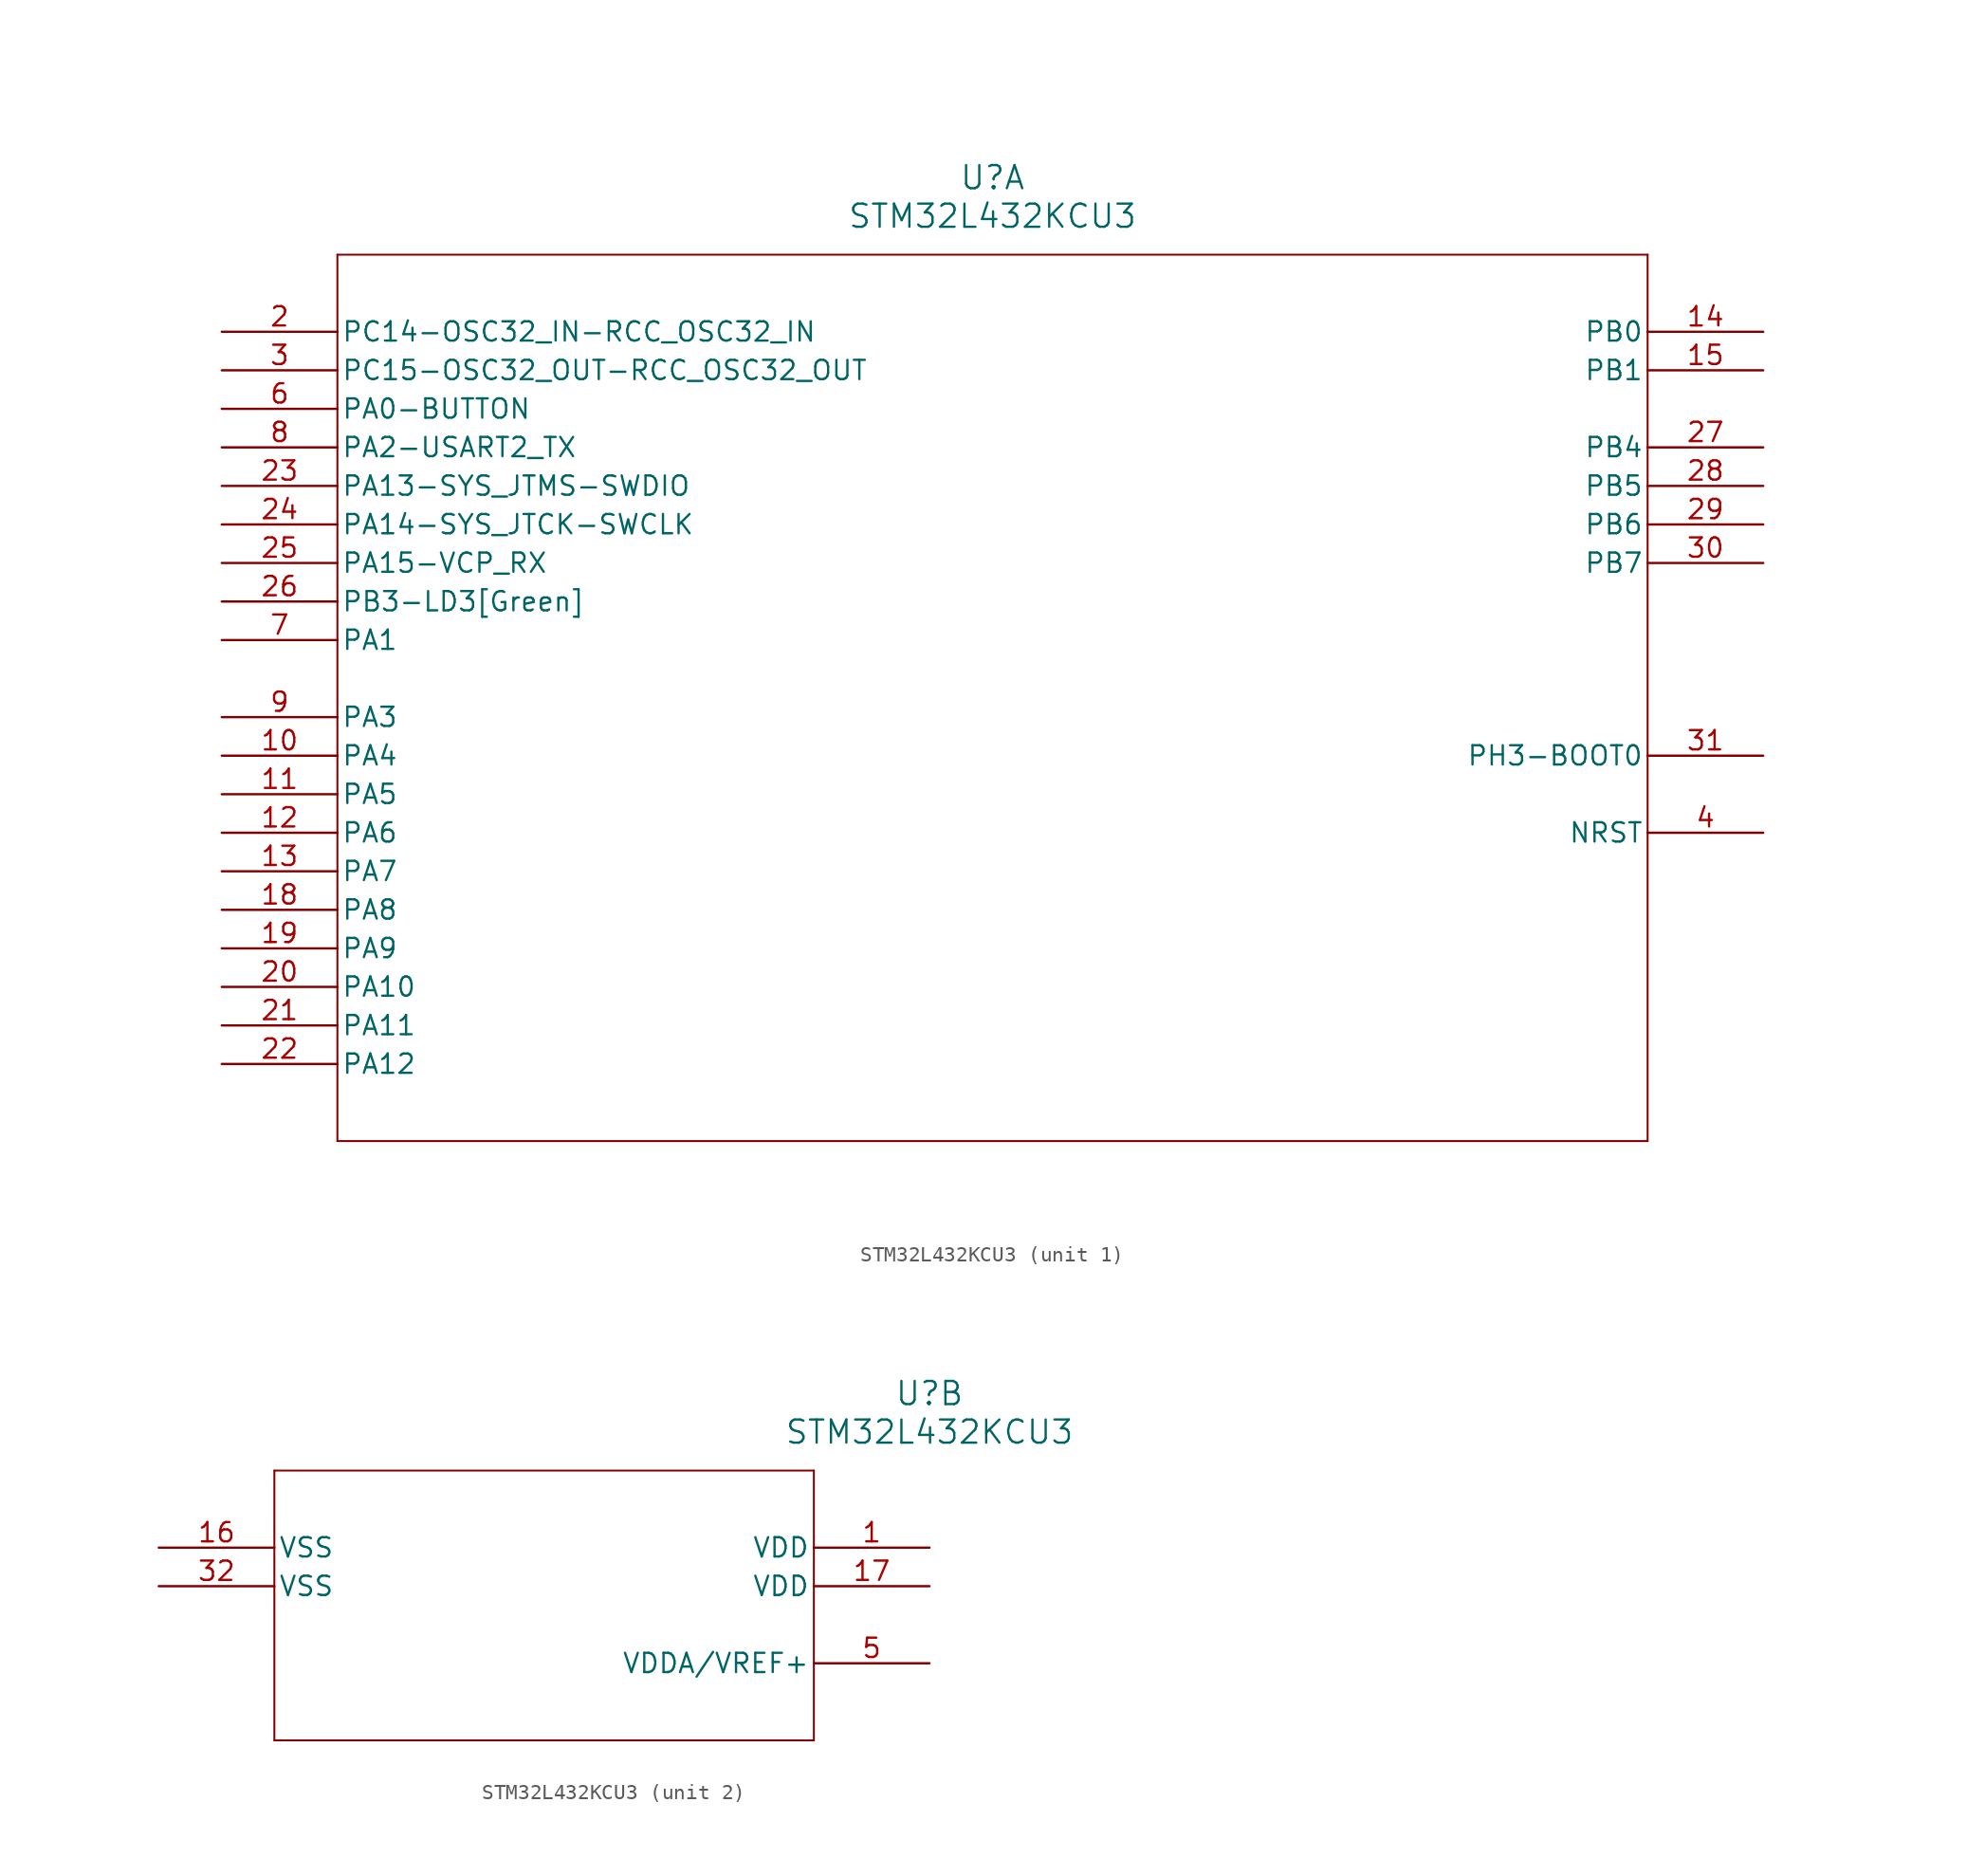
<source format=kicad_sym>
(kicad_symbol_lib
  (version 20211014)
  (generator kicad_symbol_editor)
  (symbol "STM32L432KCU3"
    (pin_names
      (offset 0.254))
    (property "Reference" "U"
      (at 50.8 10.16 0)
      (effects (font (size 1.524 1.524))))
    (property "Value" "STM32L432KCU3"
      (at 50.8 7.62 0)
      (effects (font (size 1.524 1.524))))
    (symbol "STM32L432KCU3_1_1"
      (polyline (pts (xy 7.62 5.08) (xy 7.62 -53.34)) (stroke (width 0.127) (type default) (color 0 0 0 0)) (fill (type none)))
      (polyline (pts (xy 7.62 -53.34) (xy 93.98 -53.34)) (stroke (width 0.127) (type default) (color 0 0 0 0)) (fill (type none)))
      (polyline (pts (xy 93.98 -53.34) (xy 93.98 5.08)) (stroke (width 0.127) (type default) (color 0 0 0 0)) (fill (type none)))
      (polyline (pts (xy 93.98 5.08) (xy 7.62 5.08)) (stroke (width 0.127) (type default) (color 0 0 0 0)) (fill (type none)))
      (pin unspecified line (at 0 0 0) (length 7.62) (name "PC14-OSC32_IN-RCC_OSC32_IN" (effects (font (size 1.27 1.27)))) (number "2" (effects (font (size 1.27 1.27)))))
      (pin unspecified line (at 0 -2.54 0) (length 7.62) (name "PC15-OSC32_OUT-RCC_OSC32_OUT" (effects (font (size 1.27 1.27)))) (number "3" (effects (font (size 1.27 1.27)))))
      (pin bidirectional line (at 101.6 -33.02 180) (length 7.62) (name "NRST" (effects (font (size 1.27 1.27)))) (number "4" (effects (font (size 1.27 1.27)))))
      (pin unspecified line (at 0 -5.08 0) (length 7.62) (name "PA0-BUTTON" (effects (font (size 1.27 1.27)))) (number "6" (effects (font (size 1.27 1.27)))))
      (pin bidirectional line (at 0 -20.32 0) (length 7.62) (name "PA1" (effects (font (size 1.27 1.27)))) (number "7" (effects (font (size 1.27 1.27)))))
      (pin unspecified line (at 0 -7.62 0) (length 7.62) (name "PA2-USART2_TX" (effects (font (size 1.27 1.27)))) (number "8" (effects (font (size 1.27 1.27)))))
      (pin bidirectional line (at 0 -25.4 0) (length 7.62) (name "PA3" (effects (font (size 1.27 1.27)))) (number "9" (effects (font (size 1.27 1.27)))))
      (pin bidirectional line (at 0 -27.94 0) (length 7.62) (name "PA4" (effects (font (size 1.27 1.27)))) (number "10" (effects (font (size 1.27 1.27)))))
      (pin bidirectional line (at 0 -30.48 0) (length 7.62) (name "PA5" (effects (font (size 1.27 1.27)))) (number "11" (effects (font (size 1.27 1.27)))))
      (pin bidirectional line (at 0 -33.02 0) (length 7.62) (name "PA6" (effects (font (size 1.27 1.27)))) (number "12" (effects (font (size 1.27 1.27)))))
      (pin bidirectional line (at 0 -35.56 0) (length 7.62) (name "PA7" (effects (font (size 1.27 1.27)))) (number "13" (effects (font (size 1.27 1.27)))))
      (pin bidirectional line (at 101.6 0 180) (length 7.62) (name "PB0" (effects (font (size 1.27 1.27)))) (number "14" (effects (font (size 1.27 1.27)))))
      (pin bidirectional line (at 101.6 -2.54 180) (length 7.62) (name "PB1" (effects (font (size 1.27 1.27)))) (number "15" (effects (font (size 1.27 1.27)))))
      (pin bidirectional line (at 0 -38.1 0) (length 7.62) (name "PA8" (effects (font (size 1.27 1.27)))) (number "18" (effects (font (size 1.27 1.27)))))
      (pin bidirectional line (at 0 -40.64 0) (length 7.62) (name "PA9" (effects (font (size 1.27 1.27)))) (number "19" (effects (font (size 1.27 1.27)))))
      (pin bidirectional line (at 0 -43.18 0) (length 7.62) (name "PA10" (effects (font (size 1.27 1.27)))) (number "20" (effects (font (size 1.27 1.27)))))
      (pin bidirectional line (at 0 -45.72 0) (length 7.62) (name "PA11" (effects (font (size 1.27 1.27)))) (number "21" (effects (font (size 1.27 1.27)))))
      (pin bidirectional line (at 0 -48.26 0) (length 7.62) (name "PA12" (effects (font (size 1.27 1.27)))) (number "22" (effects (font (size 1.27 1.27)))))
      (pin unspecified line (at 0 -10.16 0) (length 7.62) (name "PA13-SYS_JTMS-SWDIO" (effects (font (size 1.27 1.27)))) (number "23" (effects (font (size 1.27 1.27)))))
      (pin unspecified line (at 0 -12.7 0) (length 7.62) (name "PA14-SYS_JTCK-SWCLK" (effects (font (size 1.27 1.27)))) (number "24" (effects (font (size 1.27 1.27)))))
      (pin unspecified line (at 0 -15.24 0) (length 7.62) (name "PA15-VCP_RX" (effects (font (size 1.27 1.27)))) (number "25" (effects (font (size 1.27 1.27)))))
      (pin unspecified line (at 0 -17.78 0) (length 7.62) (name "PB3-LD3[Green]" (effects (font (size 1.27 1.27)))) (number "26" (effects (font (size 1.27 1.27)))))
      (pin bidirectional line (at 101.6 -7.62 180) (length 7.62) (name "PB4" (effects (font (size 1.27 1.27)))) (number "27" (effects (font (size 1.27 1.27)))))
      (pin bidirectional line (at 101.6 -10.16 180) (length 7.62) (name "PB5" (effects (font (size 1.27 1.27)))) (number "28" (effects (font (size 1.27 1.27)))))
      (pin bidirectional line (at 101.6 -12.7 180) (length 7.62) (name "PB6" (effects (font (size 1.27 1.27)))) (number "29" (effects (font (size 1.27 1.27)))))
      (pin bidirectional line (at 101.6 -15.24 180) (length 7.62) (name "PB7" (effects (font (size 1.27 1.27)))) (number "30" (effects (font (size 1.27 1.27)))))
      (pin bidirectional line (at 101.6 -27.94 180) (length 7.62) (name "PH3-BOOT0" (effects (font (size 1.27 1.27)))) (number "31" (effects (font (size 1.27 1.27))))))
    (symbol "STM32L432KCU3_2_1"
      (polyline (pts (xy 7.62 5.08) (xy 7.62 -12.7)) (stroke (width 0.127) (type default) (color 0 0 0 0)) (fill (type none)))
      (polyline (pts (xy 7.62 -12.7) (xy 43.18 -12.7)) (stroke (width 0.127) (type default) (color 0 0 0 0)) (fill (type none)))
      (polyline (pts (xy 43.18 -12.7) (xy 43.18 5.08)) (stroke (width 0.127) (type default) (color 0 0 0 0)) (fill (type none)))
      (polyline (pts (xy 43.18 5.08) (xy 7.62 5.08)) (stroke (width 0.127) (type default) (color 0 0 0 0)) (fill (type none)))
      (pin power_in line (at 50.8 0 180) (length 7.62) (name "VDD" (effects (font (size 1.27 1.27)))) (number "1" (effects (font (size 1.27 1.27)))))
      (pin power_in line (at 50.8 -7.62 180) (length 7.62) (name "VDDA/VREF+" (effects (font (size 1.27 1.27)))) (number "5" (effects (font (size 1.27 1.27)))))
      (pin power_in line (at 0 0 0) (length 7.62) (name "VSS" (effects (font (size 1.27 1.27)))) (number "16" (effects (font (size 1.27 1.27)))))
      (pin power_in line (at 50.8 -2.54 180) (length 7.62) (name "VDD" (effects (font (size 1.27 1.27)))) (number "17" (effects (font (size 1.27 1.27)))))
      (pin power_in line (at 0 -2.54 0) (length 7.62) (name "VSS" (effects (font (size 1.27 1.27)))) (number "32" (effects (font (size 1.27 1.27))))))))
</source>
